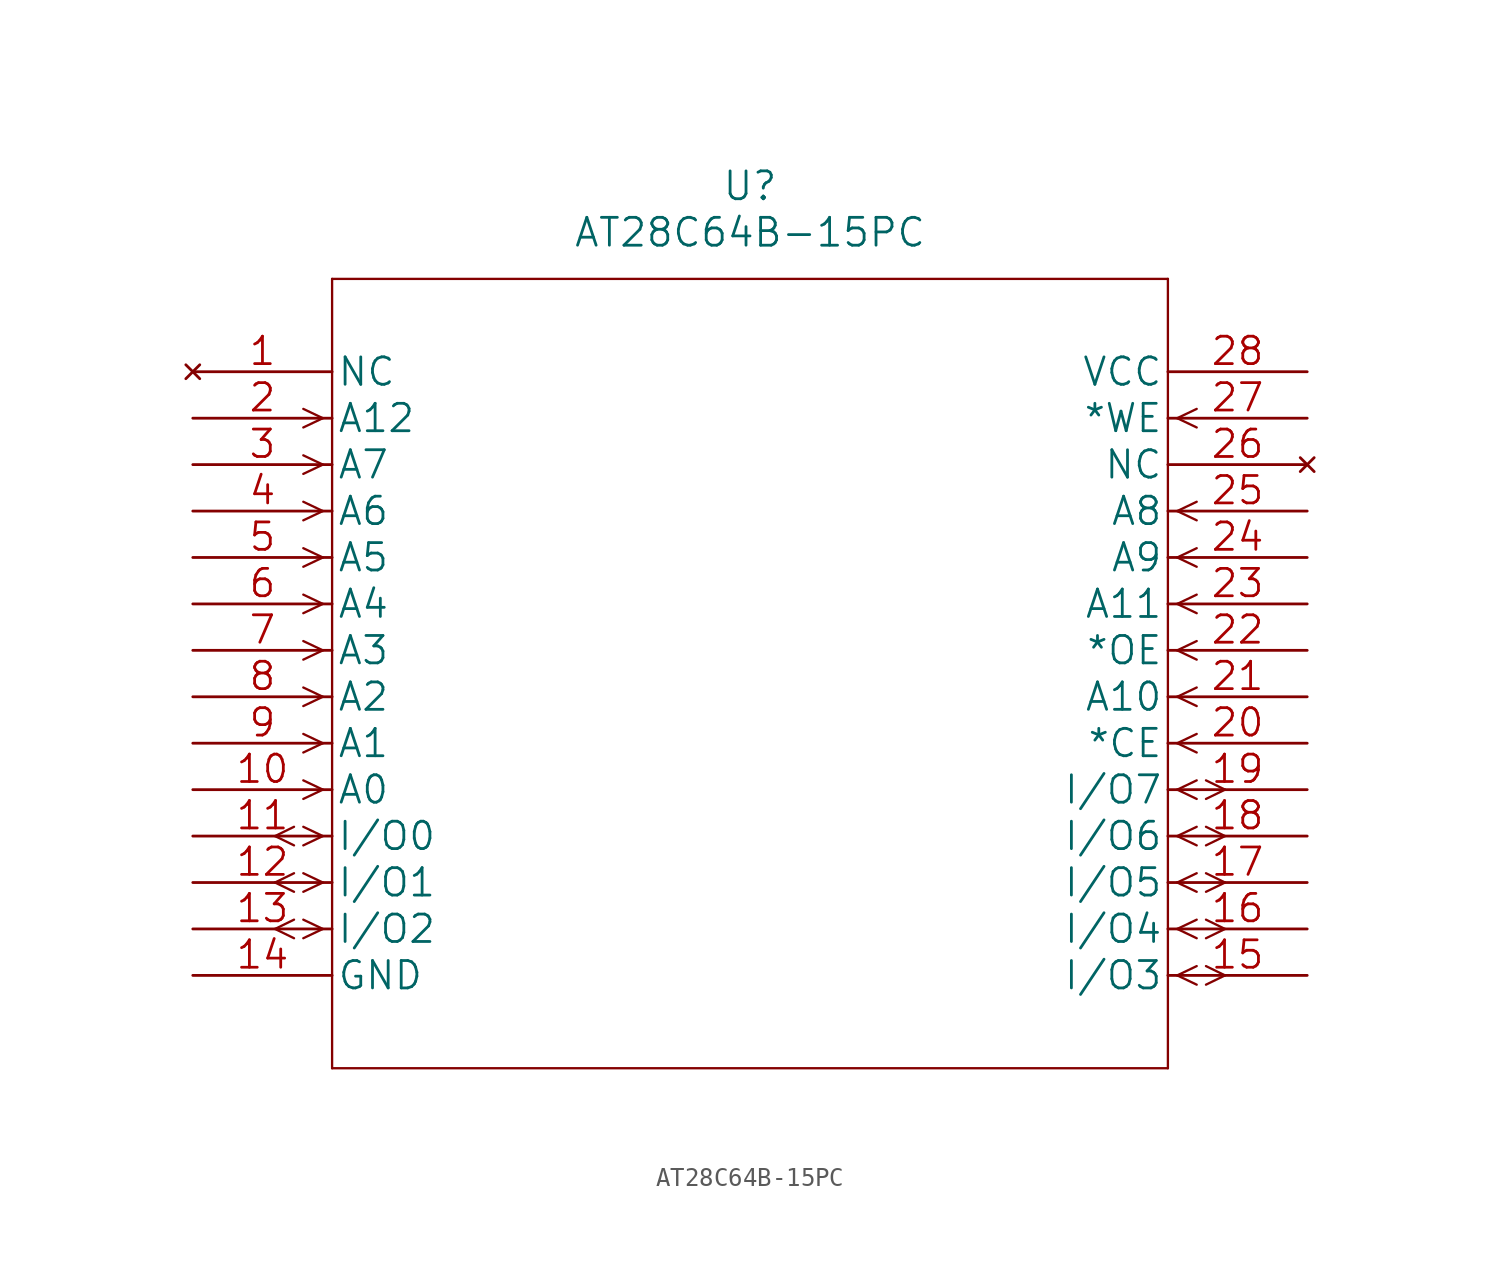
<source format=kicad_sym>
(kicad_symbol_lib
  (version 20220914)
  (generator kicad_symbol_editor)
  (symbol "AT28C64B-15PC"
    (pin_names
      (offset 0.254))
    (property "Reference" "U"
      (at 30.48 10.16 0)
      (effects (font (size 1.524 1.524))))
    (property "Value" "AT28C64B-15PC"
      (at 30.48 7.62 0)
      (effects (font (size 1.524 1.524))))
    (property "Datasheet" ""
      (at 0 0 0)
      (effects (font (size 1.524 1.524))))
    (property "ki_locked" ""
      (at 0 0 0)
      (effects (font (size 1.27 1.27))))
    (symbol "AT28C64B-15PC_1_1"
      (polyline (pts (xy 5.537 -30.988) (xy 4.496 -30.48)) (stroke (width 0.127) (type solid)) (fill (type none)))
      (polyline (pts (xy 5.537 -29.972) (xy 4.496 -30.48)) (stroke (width 0.127) (type solid)) (fill (type none)))
      (polyline (pts (xy 5.537 -28.448) (xy 4.496 -27.94)) (stroke (width 0.127) (type solid)) (fill (type none)))
      (polyline (pts (xy 5.537 -27.432) (xy 4.496 -27.94)) (stroke (width 0.127) (type solid)) (fill (type none)))
      (polyline (pts (xy 5.537 -25.908) (xy 4.496 -25.4)) (stroke (width 0.127) (type solid)) (fill (type none)))
      (polyline (pts (xy 5.537 -24.892) (xy 4.496 -25.4)) (stroke (width 0.127) (type solid)) (fill (type none)))
      (polyline (pts (xy 7.112 -30.48) (xy 6.045 -30.988)) (stroke (width 0.127) (type solid)) (fill (type none)))
      (polyline (pts (xy 7.112 -30.48) (xy 6.045 -29.972)) (stroke (width 0.127) (type solid)) (fill (type none)))
      (polyline (pts (xy 7.112 -27.94) (xy 6.045 -28.448)) (stroke (width 0.127) (type solid)) (fill (type none)))
      (polyline (pts (xy 7.112 -27.94) (xy 6.045 -27.432)) (stroke (width 0.127) (type solid)) (fill (type none)))
      (polyline (pts (xy 7.112 -25.4) (xy 6.045 -25.908)) (stroke (width 0.127) (type solid)) (fill (type none)))
      (polyline (pts (xy 7.112 -25.4) (xy 6.045 -24.892)) (stroke (width 0.127) (type solid)) (fill (type none)))
      (polyline (pts (xy 7.112 -22.86) (xy 6.045 -23.368)) (stroke (width 0.127) (type solid)) (fill (type none)))
      (polyline (pts (xy 7.112 -22.86) (xy 6.045 -22.352)) (stroke (width 0.127) (type solid)) (fill (type none)))
      (polyline (pts (xy 7.112 -20.32) (xy 6.045 -20.828)) (stroke (width 0.127) (type solid)) (fill (type none)))
      (polyline (pts (xy 7.112 -20.32) (xy 6.045 -19.812)) (stroke (width 0.127) (type solid)) (fill (type none)))
      (polyline (pts (xy 7.112 -17.78) (xy 6.045 -18.288)) (stroke (width 0.127) (type solid)) (fill (type none)))
      (polyline (pts (xy 7.112 -17.78) (xy 6.045 -17.272)) (stroke (width 0.127) (type solid)) (fill (type none)))
      (polyline (pts (xy 7.112 -15.24) (xy 6.045 -15.748)) (stroke (width 0.127) (type solid)) (fill (type none)))
      (polyline (pts (xy 7.112 -15.24) (xy 6.045 -14.732)) (stroke (width 0.127) (type solid)) (fill (type none)))
      (polyline (pts (xy 7.112 -12.7) (xy 6.045 -13.208)) (stroke (width 0.127) (type solid)) (fill (type none)))
      (polyline (pts (xy 7.112 -12.7) (xy 6.045 -12.192)) (stroke (width 0.127) (type solid)) (fill (type none)))
      (polyline (pts (xy 7.112 -10.16) (xy 6.045 -10.668)) (stroke (width 0.127) (type solid)) (fill (type none)))
      (polyline (pts (xy 7.112 -10.16) (xy 6.045 -9.652)) (stroke (width 0.127) (type solid)) (fill (type none)))
      (polyline (pts (xy 7.112 -7.62) (xy 6.045 -8.128)) (stroke (width 0.127) (type solid)) (fill (type none)))
      (polyline (pts (xy 7.112 -7.62) (xy 6.045 -7.112)) (stroke (width 0.127) (type solid)) (fill (type none)))
      (polyline (pts (xy 7.112 -5.08) (xy 6.045 -5.588)) (stroke (width 0.127) (type solid)) (fill (type none)))
      (polyline (pts (xy 7.112 -5.08) (xy 6.045 -4.572)) (stroke (width 0.127) (type solid)) (fill (type none)))
      (polyline (pts (xy 7.112 -2.54) (xy 6.045 -3.048)) (stroke (width 0.127) (type solid)) (fill (type none)))
      (polyline (pts (xy 7.112 -2.54) (xy 6.045 -2.032)) (stroke (width 0.127) (type solid)) (fill (type none)))
      (polyline (pts (xy 7.62 -38.1) (xy 53.34 -38.1)) (stroke (width 0.127) (type solid)) (fill (type none)))
      (polyline (pts (xy 7.62 5.08) (xy 7.62 -38.1)) (stroke (width 0.127) (type solid)) (fill (type none)))
      (polyline (pts (xy 53.34 -38.1) (xy 53.34 5.08)) (stroke (width 0.127) (type solid)) (fill (type none)))
      (polyline (pts (xy 53.34 5.08) (xy 7.62 5.08)) (stroke (width 0.127) (type solid)) (fill (type none)))
      (polyline (pts (xy 53.848 -33.02) (xy 54.915 -33.528)) (stroke (width 0.127) (type solid)) (fill (type none)))
      (polyline (pts (xy 53.848 -33.02) (xy 54.915 -32.512)) (stroke (width 0.127) (type solid)) (fill (type none)))
      (polyline (pts (xy 53.848 -30.48) (xy 54.915 -30.988)) (stroke (width 0.127) (type solid)) (fill (type none)))
      (polyline (pts (xy 53.848 -30.48) (xy 54.915 -29.972)) (stroke (width 0.127) (type solid)) (fill (type none)))
      (polyline (pts (xy 53.848 -27.94) (xy 54.915 -28.448)) (stroke (width 0.127) (type solid)) (fill (type none)))
      (polyline (pts (xy 53.848 -27.94) (xy 54.915 -27.432)) (stroke (width 0.127) (type solid)) (fill (type none)))
      (polyline (pts (xy 53.848 -25.4) (xy 54.915 -25.908)) (stroke (width 0.127) (type solid)) (fill (type none)))
      (polyline (pts (xy 53.848 -25.4) (xy 54.915 -24.892)) (stroke (width 0.127) (type solid)) (fill (type none)))
      (polyline (pts (xy 53.848 -22.86) (xy 54.915 -23.368)) (stroke (width 0.127) (type solid)) (fill (type none)))
      (polyline (pts (xy 53.848 -22.86) (xy 54.915 -22.352)) (stroke (width 0.127) (type solid)) (fill (type none)))
      (polyline (pts (xy 53.848 -20.32) (xy 54.915 -20.828)) (stroke (width 0.127) (type solid)) (fill (type none)))
      (polyline (pts (xy 53.848 -20.32) (xy 54.915 -19.812)) (stroke (width 0.127) (type solid)) (fill (type none)))
      (polyline (pts (xy 53.848 -17.78) (xy 54.915 -18.288)) (stroke (width 0.127) (type solid)) (fill (type none)))
      (polyline (pts (xy 53.848 -17.78) (xy 54.915 -17.272)) (stroke (width 0.127) (type solid)) (fill (type none)))
      (polyline (pts (xy 53.848 -15.24) (xy 54.915 -15.748)) (stroke (width 0.127) (type solid)) (fill (type none)))
      (polyline (pts (xy 53.848 -15.24) (xy 54.915 -14.732)) (stroke (width 0.127) (type solid)) (fill (type none)))
      (polyline (pts (xy 53.848 -12.7) (xy 54.915 -13.208)) (stroke (width 0.127) (type solid)) (fill (type none)))
      (polyline (pts (xy 53.848 -12.7) (xy 54.915 -12.192)) (stroke (width 0.127) (type solid)) (fill (type none)))
      (polyline (pts (xy 53.848 -10.16) (xy 54.915 -10.668)) (stroke (width 0.127) (type solid)) (fill (type none)))
      (polyline (pts (xy 53.848 -10.16) (xy 54.915 -9.652)) (stroke (width 0.127) (type solid)) (fill (type none)))
      (polyline (pts (xy 53.848 -7.62) (xy 54.915 -8.128)) (stroke (width 0.127) (type solid)) (fill (type none)))
      (polyline (pts (xy 53.848 -7.62) (xy 54.915 -7.112)) (stroke (width 0.127) (type solid)) (fill (type none)))
      (polyline (pts (xy 53.848 -2.54) (xy 54.915 -3.048)) (stroke (width 0.127) (type solid)) (fill (type none)))
      (polyline (pts (xy 53.848 -2.54) (xy 54.915 -2.032)) (stroke (width 0.127) (type solid)) (fill (type none)))
      (polyline (pts (xy 55.423 -33.528) (xy 56.464 -33.02)) (stroke (width 0.127) (type solid)) (fill (type none)))
      (polyline (pts (xy 55.423 -32.512) (xy 56.464 -33.02)) (stroke (width 0.127) (type solid)) (fill (type none)))
      (polyline (pts (xy 55.423 -30.988) (xy 56.464 -30.48)) (stroke (width 0.127) (type solid)) (fill (type none)))
      (polyline (pts (xy 55.423 -29.972) (xy 56.464 -30.48)) (stroke (width 0.127) (type solid)) (fill (type none)))
      (polyline (pts (xy 55.423 -28.448) (xy 56.464 -27.94)) (stroke (width 0.127) (type solid)) (fill (type none)))
      (polyline (pts (xy 55.423 -27.432) (xy 56.464 -27.94)) (stroke (width 0.127) (type solid)) (fill (type none)))
      (polyline (pts (xy 55.423 -25.908) (xy 56.464 -25.4)) (stroke (width 0.127) (type solid)) (fill (type none)))
      (polyline (pts (xy 55.423 -24.892) (xy 56.464 -25.4)) (stroke (width 0.127) (type solid)) (fill (type none)))
      (polyline (pts (xy 55.423 -23.368) (xy 56.464 -22.86)) (stroke (width 0.127) (type solid)) (fill (type none)))
      (polyline (pts (xy 55.423 -22.352) (xy 56.464 -22.86)) (stroke (width 0.127) (type solid)) (fill (type none)))
      (pin no_connect line (at 0 0 0) (length 7.62) (name "NC" (effects (font (size 1.499 1.499)))) (number "1" (effects (font (size 1.499 1.499)))))
      (pin input line (at 0 -22.86 0) (length 7.62) (name "A0" (effects (font (size 1.499 1.499)))) (number "10" (effects (font (size 1.499 1.499)))))
      (pin bidirectional line (at 0 -25.4 0) (length 7.62) (name "I/O0" (effects (font (size 1.499 1.499)))) (number "11" (effects (font (size 1.499 1.499)))))
      (pin bidirectional line (at 0 -27.94 0) (length 7.62) (name "I/O1" (effects (font (size 1.499 1.499)))) (number "12" (effects (font (size 1.499 1.499)))))
      (pin bidirectional line (at 0 -30.48 0) (length 7.62) (name "I/O2" (effects (font (size 1.499 1.499)))) (number "13" (effects (font (size 1.499 1.499)))))
      (pin power_in line (at 0 -33.02 0) (length 7.62) (name "GND" (effects (font (size 1.499 1.499)))) (number "14" (effects (font (size 1.499 1.499)))))
      (pin bidirectional line (at 60.96 -33.02 180) (length 7.62) (name "I/O3" (effects (font (size 1.499 1.499)))) (number "15" (effects (font (size 1.499 1.499)))))
      (pin bidirectional line (at 60.96 -30.48 180) (length 7.62) (name "I/O4" (effects (font (size 1.499 1.499)))) (number "16" (effects (font (size 1.499 1.499)))))
      (pin bidirectional line (at 60.96 -27.94 180) (length 7.62) (name "I/O5" (effects (font (size 1.499 1.499)))) (number "17" (effects (font (size 1.499 1.499)))))
      (pin bidirectional line (at 60.96 -25.4 180) (length 7.62) (name "I/O6" (effects (font (size 1.499 1.499)))) (number "18" (effects (font (size 1.499 1.499)))))
      (pin bidirectional line (at 60.96 -22.86 180) (length 7.62) (name "I/O7" (effects (font (size 1.499 1.499)))) (number "19" (effects (font (size 1.499 1.499)))))
      (pin input line (at 0 -2.54 0) (length 7.62) (name "A12" (effects (font (size 1.499 1.499)))) (number "2" (effects (font (size 1.499 1.499)))))
      (pin input line (at 60.96 -20.32 180) (length 7.62) (name "*CE" (effects (font (size 1.499 1.499)))) (number "20" (effects (font (size 1.499 1.499)))))
      (pin input line (at 60.96 -17.78 180) (length 7.62) (name "A10" (effects (font (size 1.499 1.499)))) (number "21" (effects (font (size 1.499 1.499)))))
      (pin input line (at 60.96 -15.24 180) (length 7.62) (name "*OE" (effects (font (size 1.499 1.499)))) (number "22" (effects (font (size 1.499 1.499)))))
      (pin input line (at 60.96 -12.7 180) (length 7.62) (name "A11" (effects (font (size 1.499 1.499)))) (number "23" (effects (font (size 1.499 1.499)))))
      (pin input line (at 60.96 -10.16 180) (length 7.62) (name "A9" (effects (font (size 1.499 1.499)))) (number "24" (effects (font (size 1.499 1.499)))))
      (pin input line (at 60.96 -7.62 180) (length 7.62) (name "A8" (effects (font (size 1.499 1.499)))) (number "25" (effects (font (size 1.499 1.499)))))
      (pin no_connect line (at 60.96 -5.08 180) (length 7.62) (name "NC" (effects (font (size 1.499 1.499)))) (number "26" (effects (font (size 1.499 1.499)))))
      (pin input line (at 60.96 -2.54 180) (length 7.62) (name "*WE" (effects (font (size 1.499 1.499)))) (number "27" (effects (font (size 1.499 1.499)))))
      (pin power_in line (at 60.96 0 180) (length 7.62) (name "VCC" (effects (font (size 1.499 1.499)))) (number "28" (effects (font (size 1.499 1.499)))))
      (pin input line (at 0 -5.08 0) (length 7.62) (name "A7" (effects (font (size 1.499 1.499)))) (number "3" (effects (font (size 1.499 1.499)))))
      (pin input line (at 0 -7.62 0) (length 7.62) (name "A6" (effects (font (size 1.499 1.499)))) (number "4" (effects (font (size 1.499 1.499)))))
      (pin input line (at 0 -10.16 0) (length 7.62) (name "A5" (effects (font (size 1.499 1.499)))) (number "5" (effects (font (size 1.499 1.499)))))
      (pin input line (at 0 -12.7 0) (length 7.62) (name "A4" (effects (font (size 1.499 1.499)))) (number "6" (effects (font (size 1.499 1.499)))))
      (pin input line (at 0 -15.24 0) (length 7.62) (name "A3" (effects (font (size 1.499 1.499)))) (number "7" (effects (font (size 1.499 1.499)))))
      (pin input line (at 0 -17.78 0) (length 7.62) (name "A2" (effects (font (size 1.499 1.499)))) (number "8" (effects (font (size 1.499 1.499)))))
      (pin input line (at 0 -20.32 0) (length 7.62) (name "A1" (effects (font (size 1.499 1.499)))) (number "9" (effects (font (size 1.499 1.499))))))))
</source>
